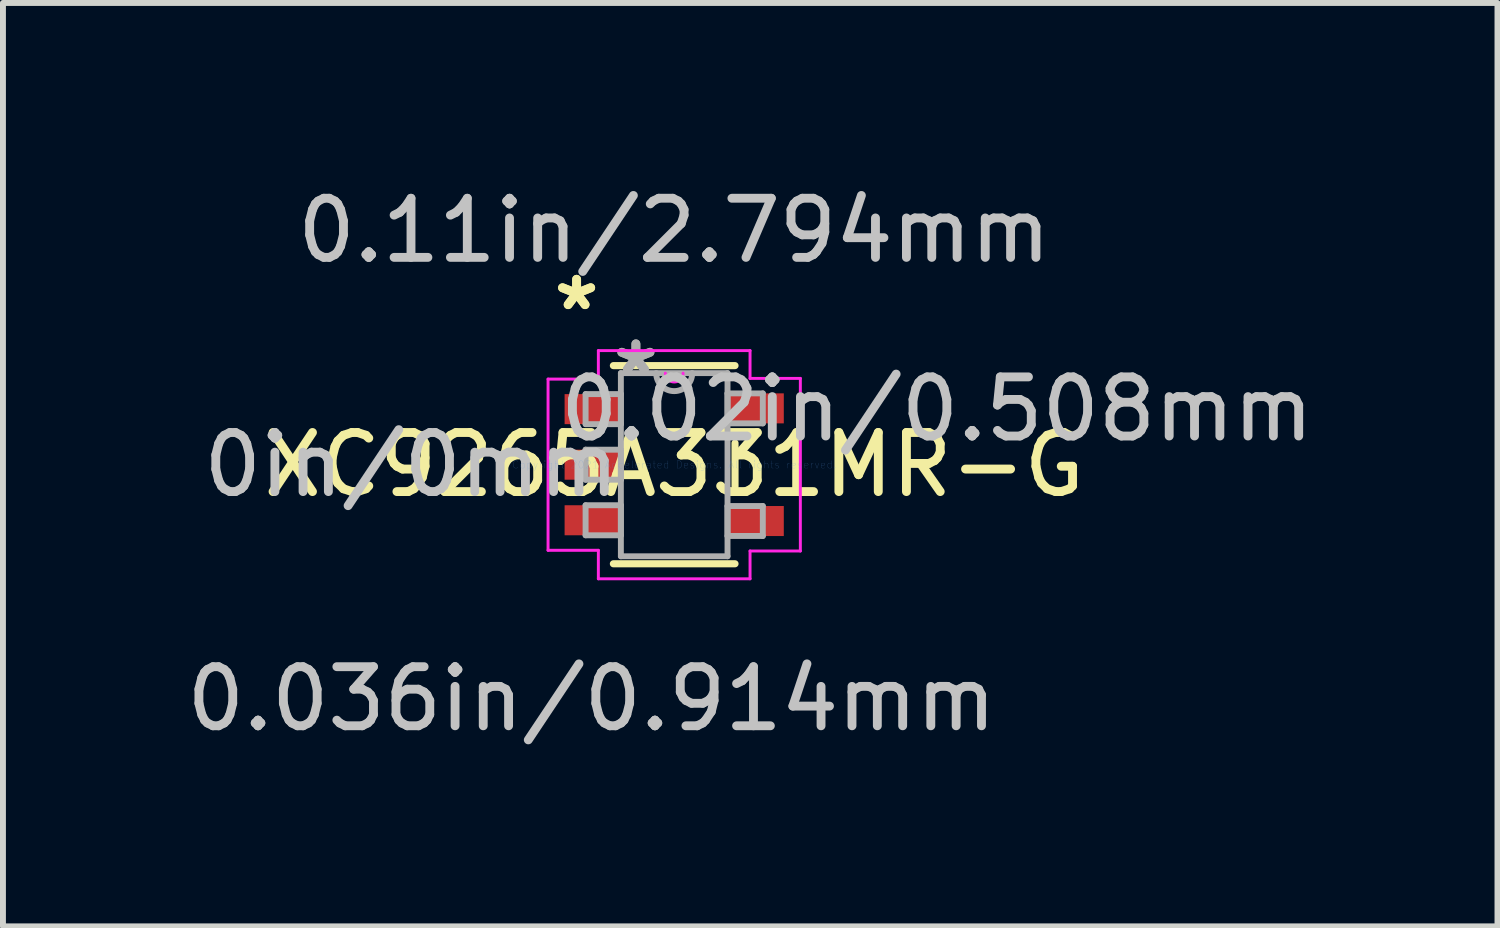
<source format=kicad_pcb>
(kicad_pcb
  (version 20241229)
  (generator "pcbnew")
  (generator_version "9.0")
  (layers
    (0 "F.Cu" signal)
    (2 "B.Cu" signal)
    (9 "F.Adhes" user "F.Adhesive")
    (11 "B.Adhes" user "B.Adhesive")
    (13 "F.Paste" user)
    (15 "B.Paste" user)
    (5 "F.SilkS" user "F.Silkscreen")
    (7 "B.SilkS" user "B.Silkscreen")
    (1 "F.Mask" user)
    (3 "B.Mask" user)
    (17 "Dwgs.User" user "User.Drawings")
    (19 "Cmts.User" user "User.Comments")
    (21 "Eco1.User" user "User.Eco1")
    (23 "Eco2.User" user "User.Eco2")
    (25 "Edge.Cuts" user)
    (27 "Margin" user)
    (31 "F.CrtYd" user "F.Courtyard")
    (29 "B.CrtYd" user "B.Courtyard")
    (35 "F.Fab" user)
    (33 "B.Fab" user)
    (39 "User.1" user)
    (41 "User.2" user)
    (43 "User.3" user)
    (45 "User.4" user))
  (footprint "XC9265A331MR-G"
    (layer "F.Cu")
    (at 8.355 4.811)
    (property "Reference" "XC9265A331MR-G" (at 0 0 0) (layer "F.SilkS") (effects (font (size 1 1) (thickness 0.15))))
    (attr through_hole)
    (fp_line (start -1.029 1.676) (end 1.029 1.676) (stroke (width 0.12) (type solid)) (layer "F.SilkS"))
    (fp_line (start 1.029 -1.676) (end -1.029 -1.676) (stroke (width 0.12) (type solid)) (layer "F.SilkS"))
    (fp_line (start 1.029 0.366) (end 1.029 -0.366) (stroke (width 0.12) (type solid)) (layer "F.SilkS"))
    (fp_line (start -2.134 -1.448) (end -1.283 -1.448) (stroke (width 0.05) (type solid)) (layer "F.CrtYd"))
    (fp_line (start -2.134 1.448) (end -2.134 -1.448) (stroke (width 0.05) (type solid)) (layer "F.CrtYd"))
    (fp_line (start -1.283 -1.93) (end 1.283 -1.93) (stroke (width 0.05) (type solid)) (layer "F.CrtYd"))
    (fp_line (start -1.283 -1.448) (end -1.283 -1.93) (stroke (width 0.05) (type solid)) (layer "F.CrtYd"))
    (fp_line (start -1.283 1.448) (end -2.134 1.448) (stroke (width 0.05) (type solid)) (layer "F.CrtYd"))
    (fp_line (start -1.283 1.93) (end -1.283 1.448) (stroke (width 0.05) (type solid)) (layer "F.CrtYd"))
    (fp_line (start 1.283 -1.93) (end 1.283 -1.46) (stroke (width 0.05) (type solid)) (layer "F.CrtYd"))
    (fp_line (start 1.283 -1.46) (end 2.134 -1.46) (stroke (width 0.05) (type solid)) (layer "F.CrtYd"))
    (fp_line (start 1.283 1.46) (end 1.283 1.93) (stroke (width 0.05) (type solid)) (layer "F.CrtYd"))
    (fp_line (start 1.283 1.93) (end -1.283 1.93) (stroke (width 0.05) (type solid)) (layer "F.CrtYd"))
    (fp_line (start 2.134 -1.46) (end 2.134 1.46) (stroke (width 0.05) (type solid)) (layer "F.CrtYd"))
    (fp_line (start 2.134 1.46) (end 1.283 1.46) (stroke (width 0.05) (type solid)) (layer "F.CrtYd"))
    (fp_arc (start 0.150283 -1.5494) (mid 0 -1.399117) (end -0.150283 -1.5494) (stroke (width 0.05) (type solid)) (layer "F.CrtYd"))
    (fp_line (start -1.499 -1.194) (end -1.499 -0.686) (stroke (width 0.1) (type solid)) (layer "F.Fab"))
    (fp_line (start -1.499 -0.686) (end -0.902 -0.686) (stroke (width 0.1) (type solid)) (layer "F.Fab"))
    (fp_line (start -1.499 -0.254) (end -1.499 0.254) (stroke (width 0.1) (type solid)) (layer "F.Fab"))
    (fp_line (start -1.499 0.254) (end -0.902 0.254) (stroke (width 0.1) (type solid)) (layer "F.Fab"))
    (fp_line (start -1.499 0.686) (end -1.499 1.194) (stroke (width 0.1) (type solid)) (layer "F.Fab"))
    (fp_line (start -1.499 1.194) (end -0.902 1.194) (stroke (width 0.1) (type solid)) (layer "F.Fab"))
    (fp_line (start -0.902 -1.549) (end -0.902 1.549) (stroke (width 0.1) (type solid)) (layer "F.Fab"))
    (fp_line (start -0.902 -1.194) (end -1.499 -1.194) (stroke (width 0.1) (type solid)) (layer "F.Fab"))
    (fp_line (start -0.902 -0.686) (end -0.902 -1.194) (stroke (width 0.1) (type solid)) (layer "F.Fab"))
    (fp_line (start -0.902 -0.254) (end -1.499 -0.254) (stroke (width 0.1) (type solid)) (layer "F.Fab"))
    (fp_line (start -0.902 0.254) (end -0.902 -0.254) (stroke (width 0.1) (type solid)) (layer "F.Fab"))
    (fp_line (start -0.902 0.686) (end -1.499 0.686) (stroke (width 0.1) (type solid)) (layer "F.Fab"))
    (fp_line (start -0.902 1.194) (end -0.902 0.686) (stroke (width 0.1) (type solid)) (layer "F.Fab"))
    (fp_line (start -0.902 1.549) (end 0.902 1.549) (stroke (width 0.1) (type solid)) (layer "F.Fab"))
    (fp_line (start 0.902 -1.549) (end -0.902 -1.549) (stroke (width 0.1) (type solid)) (layer "F.Fab"))
    (fp_line (start 0.902 -1.206) (end 0.902 -0.699) (stroke (width 0.1) (type solid)) (layer "F.Fab"))
    (fp_line (start 0.902 -0.699) (end 1.499 -0.699) (stroke (width 0.1) (type solid)) (layer "F.Fab"))
    (fp_line (start 0.902 0.699) (end 0.902 1.206) (stroke (width 0.1) (type solid)) (layer "F.Fab"))
    (fp_line (start 0.902 1.206) (end 1.499 1.206) (stroke (width 0.1) (type solid)) (layer "F.Fab"))
    (fp_line (start 0.902 1.549) (end 0.902 -1.549) (stroke (width 0.1) (type solid)) (layer "F.Fab"))
    (fp_line (start 1.499 -1.206) (end 0.902 -1.206) (stroke (width 0.1) (type solid)) (layer "F.Fab"))
    (fp_line (start 1.499 -0.699) (end 1.499 -1.206) (stroke (width 0.1) (type solid)) (layer "F.Fab"))
    (fp_line (start 1.499 0.699) (end 0.902 0.699) (stroke (width 0.1) (type solid)) (layer "F.Fab"))
    (fp_line (start 1.499 1.206) (end 1.499 0.699) (stroke (width 0.1) (type solid)) (layer "F.Fab"))
    (fp_arc (start 0.3048 -1.5494) (mid 0 -1.2446) (end -0.3048 -1.5494) (stroke (width 0.1) (type solid)) (layer "F.Fab"))
    (fp_text user "*" (at -1.651 -2.591 0) (layer "F.SilkS") (effects (font (size 1 1) (thickness 0.15))))
    (fp_text user "*" (at -1.651 -2.591 0) (layer "F.SilkS") (effects (font (size 1 1) (thickness 0.15))))
    (fp_text user "0.11in/2.794mm" (at 0 -3.962 0) (layer "Dwgs.User") (effects (font (size 1 1) (thickness 0.15))))
    (fp_text user "0.02in/0.508mm" (at 4.445 -0.94 0) (layer "Dwgs.User") (effects (font (size 1 1) (thickness 0.15))))
    (fp_text user "0.036in/0.914mm" (at -1.397 3.962 0) (layer "Dwgs.User") (effects (font (size 1 1) (thickness 0.15))))
    (fp_text user "0in/0mm" (at -4.445 0 0) (layer "Dwgs.User") (effects (font (size 1 1) (thickness 0.15))))
    (fp_text user "Copyright 2021 Accelerated Designs. All rights reserved." (at 0 0 0) (layer "Cmts.User") (effects (font (size 0.127 0.127) (thickness 0.002))))
    (fp_text user "*" (at -0.648 -1.499 0) (layer "F.Fab") (effects (font (size 1 1) (thickness 0.15))))
    (fp_text user "*" (at -0.648 -1.499 0) (layer "F.Fab") (effects (font (size 1 1) (thickness 0.15))))
    (pad "1" smd rect (at -1.397 -0.94) (size 0.914 0.508) (layers "F.Cu" "F.Mask" "F.Paste"))
    (pad "2" smd rect (at -1.397 0) (size 0.914 0.508) (layers "F.Cu" "F.Mask" "F.Paste"))
    (pad "3" smd rect (at -1.397 0.94) (size 0.914 0.508) (layers "F.Cu" "F.Mask" "F.Paste"))
    (pad "4" smd rect (at 1.397 0.953) (size 0.914 0.508) (layers "F.Cu" "F.Mask" "F.Paste"))
    (pad "5" smd rect (at 1.397 -0.953) (size 0.914 0.508) (layers "F.Cu" "F.Mask" "F.Paste")))
  (gr_rect
    (start -3 -3)
    (end 22.282 12.621)
    (stroke (width 0.1) (type default))
    (fill no)
    (layer "Edge.Cuts")))
</source>
